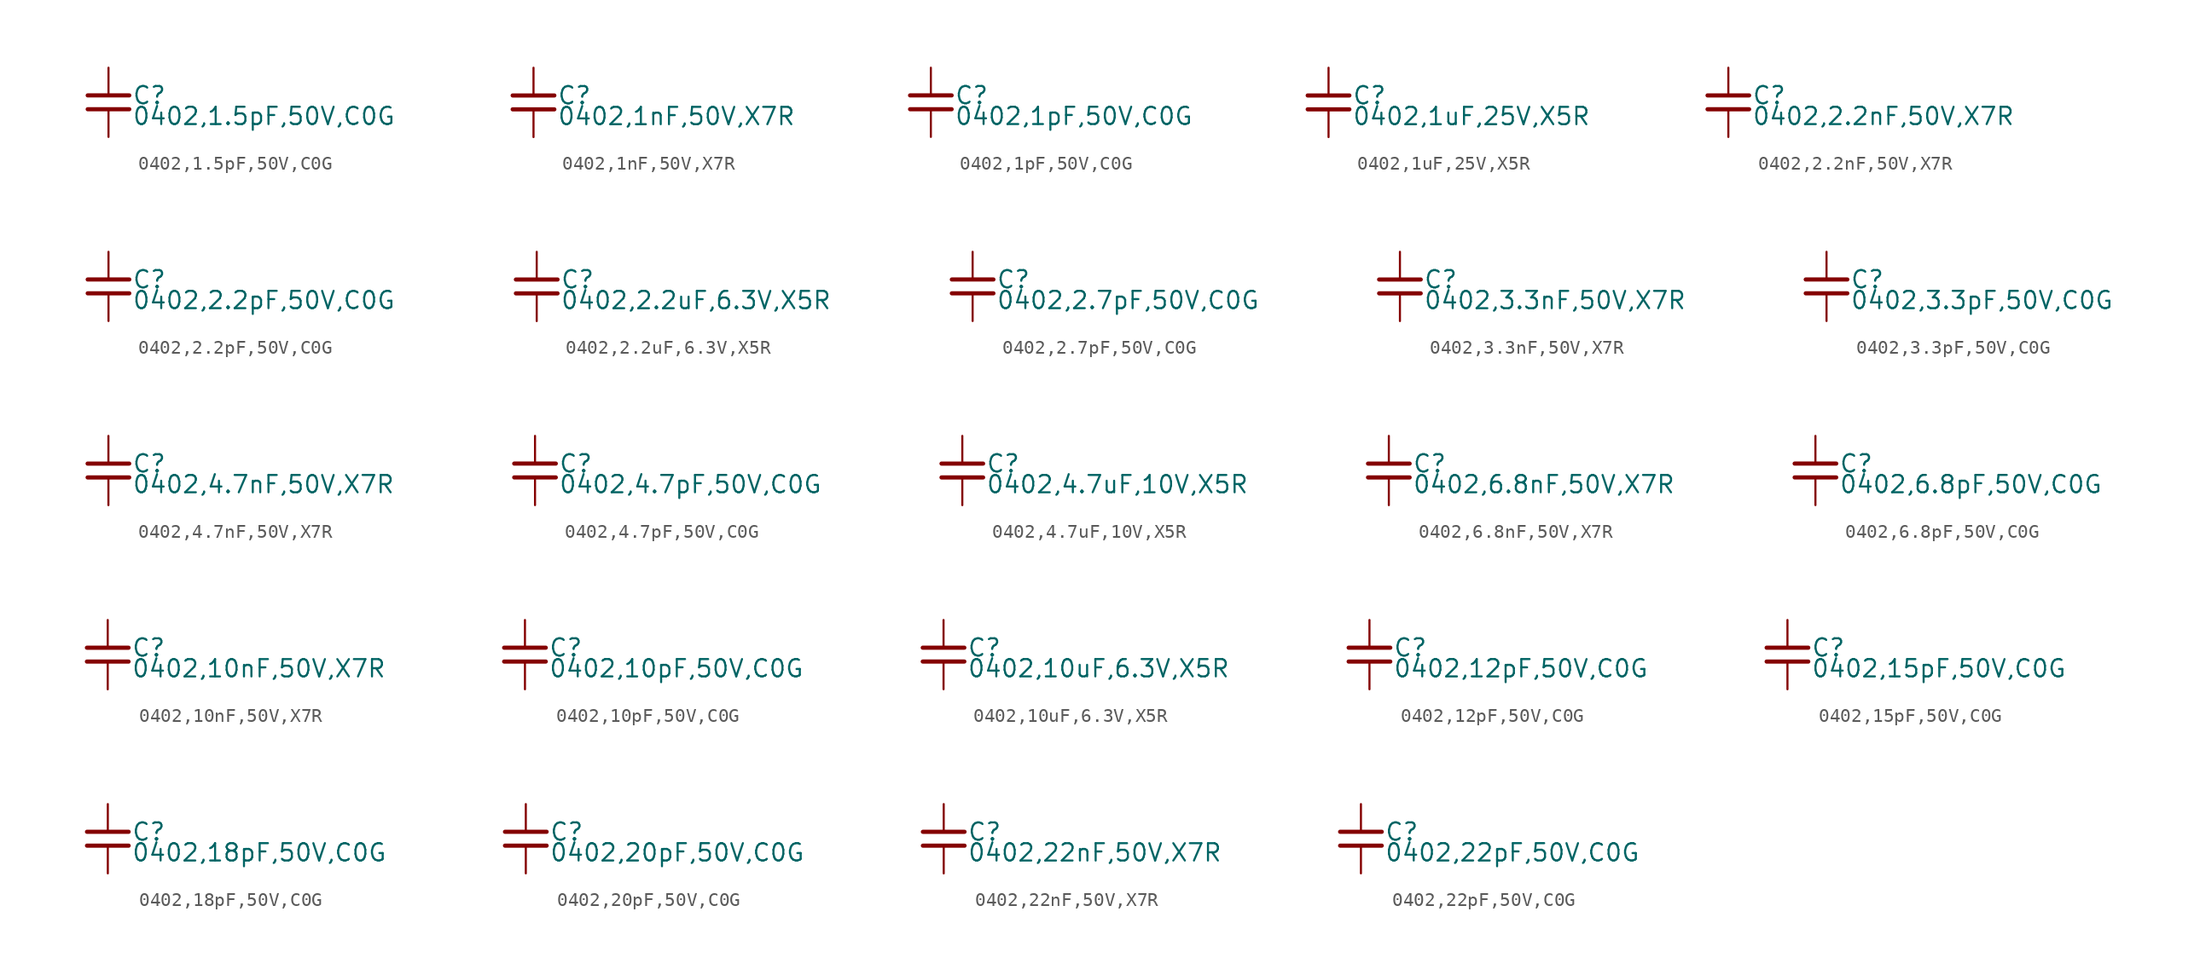
<source format=kicad_sym>
(kicad_symbol_lib
  (version 20220914)
  (generator kicad_symbol_editor)
  (symbol "0402,1.5pF,50V,C0G "
    (property "Reference" "C"
      (at 1.71 0.508 0)
      (effects (font (size 1.27 1.27)) (justify left)))
    (property "Value" "0402,1.5pF,50V,C0G "
      (at 1.71 -1.016 0)
      (effects (font (size 1.27 1.27)) (justify left)))
    (property "ki_locked" ""
      (at 0 0 0)
      (effects (font (size 1.27 1.27))))
    (symbol "0402,1.5pF,50V,C0G _0_0"
      (polyline (pts (xy -1.524 -0.508) (xy 1.524 -0.508)) (stroke (width 0.305) (type default)) (fill (type none)))
      (polyline (pts (xy -1.524 0.508) (xy 1.524 0.508)) (stroke (width 0.305) (type default)) (fill (type none)))
      (pin passive line (at 0 2.54 270) (length 2.032) (name "~" (effects (font (size 0 0)))) (number "1" (effects (font (size 0 0)))))
      (pin passive line (at 0 -2.54 90) (length 2.032) (name "~" (effects (font (size 0 0)))) (number "2" (effects (font (size 0 0)))))))
  (symbol "0402,1nF,50V,X7R "
    (property "Reference" "C"
      (at 1.71 0.508 0)
      (effects (font (size 1.27 1.27)) (justify left)))
    (property "Value" "0402,1nF,50V,X7R "
      (at 1.71 -1.016 0)
      (effects (font (size 1.27 1.27)) (justify left)))
    (property "ki_locked" ""
      (at 0 0 0)
      (effects (font (size 1.27 1.27))))
    (symbol "0402,1nF,50V,X7R _0_0"
      (polyline (pts (xy -1.524 -0.508) (xy 1.524 -0.508)) (stroke (width 0.305) (type default)) (fill (type none)))
      (polyline (pts (xy -1.524 0.508) (xy 1.524 0.508)) (stroke (width 0.305) (type default)) (fill (type none)))
      (pin passive line (at 0 2.54 270) (length 2.032) (name "~" (effects (font (size 0 0)))) (number "1" (effects (font (size 0 0)))))
      (pin passive line (at 0 -2.54 90) (length 2.032) (name "~" (effects (font (size 0 0)))) (number "2" (effects (font (size 0 0)))))))
  (symbol "0402,1pF,50V,C0G "
    (property "Reference" "C"
      (at 1.71 0.508 0)
      (effects (font (size 1.27 1.27)) (justify left)))
    (property "Value" "0402,1pF,50V,C0G "
      (at 1.71 -1.016 0)
      (effects (font (size 1.27 1.27)) (justify left)))
    (property "ki_locked" ""
      (at 0 0 0)
      (effects (font (size 1.27 1.27))))
    (symbol "0402,1pF,50V,C0G _0_0"
      (polyline (pts (xy -1.524 -0.508) (xy 1.524 -0.508)) (stroke (width 0.305) (type default)) (fill (type none)))
      (polyline (pts (xy -1.524 0.508) (xy 1.524 0.508)) (stroke (width 0.305) (type default)) (fill (type none)))
      (pin passive line (at 0 2.54 270) (length 2.032) (name "~" (effects (font (size 0 0)))) (number "1" (effects (font (size 0 0)))))
      (pin passive line (at 0 -2.54 90) (length 2.032) (name "~" (effects (font (size 0 0)))) (number "2" (effects (font (size 0 0)))))))
  (symbol "0402,1uF,25V,X5R "
    (property "Reference" "C"
      (at 1.71 0.508 0)
      (effects (font (size 1.27 1.27)) (justify left)))
    (property "Value" "0402,1uF,25V,X5R "
      (at 1.71 -1.016 0)
      (effects (font (size 1.27 1.27)) (justify left)))
    (property "ki_locked" ""
      (at 0 0 0)
      (effects (font (size 1.27 1.27))))
    (symbol "0402,1uF,25V,X5R _0_0"
      (polyline (pts (xy -1.524 -0.508) (xy 1.524 -0.508)) (stroke (width 0.305) (type default)) (fill (type none)))
      (polyline (pts (xy -1.524 0.508) (xy 1.524 0.508)) (stroke (width 0.305) (type default)) (fill (type none)))
      (pin passive line (at 0 2.54 270) (length 2.032) (name "~" (effects (font (size 0 0)))) (number "1" (effects (font (size 0 0)))))
      (pin passive line (at 0 -2.54 90) (length 2.032) (name "~" (effects (font (size 0 0)))) (number "2" (effects (font (size 0 0)))))))
  (symbol "0402,2.2nF,50V,X7R "
    (property "Reference" "C"
      (at 1.71 0.508 0)
      (effects (font (size 1.27 1.27)) (justify left)))
    (property "Value" "0402,2.2nF,50V,X7R "
      (at 1.71 -1.016 0)
      (effects (font (size 1.27 1.27)) (justify left)))
    (property "ki_locked" ""
      (at 0 0 0)
      (effects (font (size 1.27 1.27))))
    (symbol "0402,2.2nF,50V,X7R _0_0"
      (polyline (pts (xy -1.524 -0.508) (xy 1.524 -0.508)) (stroke (width 0.305) (type default)) (fill (type none)))
      (polyline (pts (xy -1.524 0.508) (xy 1.524 0.508)) (stroke (width 0.305) (type default)) (fill (type none)))
      (pin passive line (at 0 2.54 270) (length 2.032) (name "~" (effects (font (size 0 0)))) (number "1" (effects (font (size 0 0)))))
      (pin passive line (at 0 -2.54 90) (length 2.032) (name "~" (effects (font (size 0 0)))) (number "2" (effects (font (size 0 0)))))))
  (symbol "0402,2.2pF,50V,C0G "
    (property "Reference" "C"
      (at 1.71 0.508 0)
      (effects (font (size 1.27 1.27)) (justify left)))
    (property "Value" "0402,2.2pF,50V,C0G "
      (at 1.71 -1.016 0)
      (effects (font (size 1.27 1.27)) (justify left)))
    (property "ki_locked" ""
      (at 0 0 0)
      (effects (font (size 1.27 1.27))))
    (symbol "0402,2.2pF,50V,C0G _0_0"
      (polyline (pts (xy -1.524 -0.508) (xy 1.524 -0.508)) (stroke (width 0.305) (type default)) (fill (type none)))
      (polyline (pts (xy -1.524 0.508) (xy 1.524 0.508)) (stroke (width 0.305) (type default)) (fill (type none)))
      (pin passive line (at 0 2.54 270) (length 2.032) (name "~" (effects (font (size 0 0)))) (number "1" (effects (font (size 0 0)))))
      (pin passive line (at 0 -2.54 90) (length 2.032) (name "~" (effects (font (size 0 0)))) (number "2" (effects (font (size 0 0)))))))
  (symbol "0402,2.2uF,6.3V,X5R "
    (property "Reference" "C"
      (at 1.71 0.508 0)
      (effects (font (size 1.27 1.27)) (justify left)))
    (property "Value" "0402,2.2uF,6.3V,X5R "
      (at 1.71 -1.016 0)
      (effects (font (size 1.27 1.27)) (justify left)))
    (property "ki_locked" ""
      (at 0 0 0)
      (effects (font (size 1.27 1.27))))
    (symbol "0402,2.2uF,6.3V,X5R _0_0"
      (polyline (pts (xy -1.524 -0.508) (xy 1.524 -0.508)) (stroke (width 0.305) (type default)) (fill (type none)))
      (polyline (pts (xy -1.524 0.508) (xy 1.524 0.508)) (stroke (width 0.305) (type default)) (fill (type none)))
      (pin passive line (at 0 2.54 270) (length 2.032) (name "~" (effects (font (size 0 0)))) (number "1" (effects (font (size 0 0)))))
      (pin passive line (at 0 -2.54 90) (length 2.032) (name "~" (effects (font (size 0 0)))) (number "2" (effects (font (size 0 0)))))))
  (symbol "0402,2.7pF,50V,C0G "
    (property "Reference" "C"
      (at 1.71 0.508 0)
      (effects (font (size 1.27 1.27)) (justify left)))
    (property "Value" "0402,2.7pF,50V,C0G "
      (at 1.71 -1.016 0)
      (effects (font (size 1.27 1.27)) (justify left)))
    (property "ki_locked" ""
      (at 0 0 0)
      (effects (font (size 1.27 1.27))))
    (symbol "0402,2.7pF,50V,C0G _0_0"
      (polyline (pts (xy -1.524 -0.508) (xy 1.524 -0.508)) (stroke (width 0.305) (type default)) (fill (type none)))
      (polyline (pts (xy -1.524 0.508) (xy 1.524 0.508)) (stroke (width 0.305) (type default)) (fill (type none)))
      (pin passive line (at 0 2.54 270) (length 2.032) (name "~" (effects (font (size 0 0)))) (number "1" (effects (font (size 0 0)))))
      (pin passive line (at 0 -2.54 90) (length 2.032) (name "~" (effects (font (size 0 0)))) (number "2" (effects (font (size 0 0)))))))
  (symbol "0402,3.3nF,50V,X7R "
    (property "Reference" "C"
      (at 1.71 0.508 0)
      (effects (font (size 1.27 1.27)) (justify left)))
    (property "Value" "0402,3.3nF,50V,X7R "
      (at 1.71 -1.016 0)
      (effects (font (size 1.27 1.27)) (justify left)))
    (property "ki_locked" ""
      (at 0 0 0)
      (effects (font (size 1.27 1.27))))
    (symbol "0402,3.3nF,50V,X7R _0_0"
      (polyline (pts (xy -1.524 -0.508) (xy 1.524 -0.508)) (stroke (width 0.305) (type default)) (fill (type none)))
      (polyline (pts (xy -1.524 0.508) (xy 1.524 0.508)) (stroke (width 0.305) (type default)) (fill (type none)))
      (pin passive line (at 0 2.54 270) (length 2.032) (name "~" (effects (font (size 0 0)))) (number "1" (effects (font (size 0 0)))))
      (pin passive line (at 0 -2.54 90) (length 2.032) (name "~" (effects (font (size 0 0)))) (number "2" (effects (font (size 0 0)))))))
  (symbol "0402,3.3pF,50V,C0G "
    (property "Reference" "C"
      (at 1.71 0.508 0)
      (effects (font (size 1.27 1.27)) (justify left)))
    (property "Value" "0402,3.3pF,50V,C0G "
      (at 1.71 -1.016 0)
      (effects (font (size 1.27 1.27)) (justify left)))
    (property "ki_locked" ""
      (at 0 0 0)
      (effects (font (size 1.27 1.27))))
    (symbol "0402,3.3pF,50V,C0G _0_0"
      (polyline (pts (xy -1.524 -0.508) (xy 1.524 -0.508)) (stroke (width 0.305) (type default)) (fill (type none)))
      (polyline (pts (xy -1.524 0.508) (xy 1.524 0.508)) (stroke (width 0.305) (type default)) (fill (type none)))
      (pin passive line (at 0 2.54 270) (length 2.032) (name "~" (effects (font (size 0 0)))) (number "1" (effects (font (size 0 0)))))
      (pin passive line (at 0 -2.54 90) (length 2.032) (name "~" (effects (font (size 0 0)))) (number "2" (effects (font (size 0 0)))))))
  (symbol "0402,4.7nF,50V,X7R "
    (property "Reference" "C"
      (at 1.71 0.508 0)
      (effects (font (size 1.27 1.27)) (justify left)))
    (property "Value" "0402,4.7nF,50V,X7R "
      (at 1.71 -1.016 0)
      (effects (font (size 1.27 1.27)) (justify left)))
    (property "ki_locked" ""
      (at 0 0 0)
      (effects (font (size 1.27 1.27))))
    (symbol "0402,4.7nF,50V,X7R _0_0"
      (polyline (pts (xy -1.524 -0.508) (xy 1.524 -0.508)) (stroke (width 0.305) (type default)) (fill (type none)))
      (polyline (pts (xy -1.524 0.508) (xy 1.524 0.508)) (stroke (width 0.305) (type default)) (fill (type none)))
      (pin passive line (at 0 2.54 270) (length 2.032) (name "~" (effects (font (size 0 0)))) (number "1" (effects (font (size 0 0)))))
      (pin passive line (at 0 -2.54 90) (length 2.032) (name "~" (effects (font (size 0 0)))) (number "2" (effects (font (size 0 0)))))))
  (symbol "0402,4.7pF,50V,C0G "
    (property "Reference" "C"
      (at 1.71 0.508 0)
      (effects (font (size 1.27 1.27)) (justify left)))
    (property "Value" "0402,4.7pF,50V,C0G "
      (at 1.71 -1.016 0)
      (effects (font (size 1.27 1.27)) (justify left)))
    (property "ki_locked" ""
      (at 0 0 0)
      (effects (font (size 1.27 1.27))))
    (symbol "0402,4.7pF,50V,C0G _0_0"
      (polyline (pts (xy -1.524 -0.508) (xy 1.524 -0.508)) (stroke (width 0.305) (type default)) (fill (type none)))
      (polyline (pts (xy -1.524 0.508) (xy 1.524 0.508)) (stroke (width 0.305) (type default)) (fill (type none)))
      (pin passive line (at 0 2.54 270) (length 2.032) (name "~" (effects (font (size 0 0)))) (number "1" (effects (font (size 0 0)))))
      (pin passive line (at 0 -2.54 90) (length 2.032) (name "~" (effects (font (size 0 0)))) (number "2" (effects (font (size 0 0)))))))
  (symbol "0402,4.7uF,10V,X5R "
    (property "Reference" "C"
      (at 1.71 0.508 0)
      (effects (font (size 1.27 1.27)) (justify left)))
    (property "Value" "0402,4.7uF,10V,X5R "
      (at 1.71 -1.016 0)
      (effects (font (size 1.27 1.27)) (justify left)))
    (property "ki_locked" ""
      (at 0 0 0)
      (effects (font (size 1.27 1.27))))
    (symbol "0402,4.7uF,10V,X5R _0_0"
      (polyline (pts (xy -1.524 -0.508) (xy 1.524 -0.508)) (stroke (width 0.305) (type default)) (fill (type none)))
      (polyline (pts (xy -1.524 0.508) (xy 1.524 0.508)) (stroke (width 0.305) (type default)) (fill (type none)))
      (pin passive line (at 0 2.54 270) (length 2.032) (name "~" (effects (font (size 0 0)))) (number "1" (effects (font (size 0 0)))))
      (pin passive line (at 0 -2.54 90) (length 2.032) (name "~" (effects (font (size 0 0)))) (number "2" (effects (font (size 0 0)))))))
  (symbol "0402,6.8nF,50V,X7R "
    (property "Reference" "C"
      (at 1.71 0.508 0)
      (effects (font (size 1.27 1.27)) (justify left)))
    (property "Value" "0402,6.8nF,50V,X7R "
      (at 1.71 -1.016 0)
      (effects (font (size 1.27 1.27)) (justify left)))
    (property "ki_locked" ""
      (at 0 0 0)
      (effects (font (size 1.27 1.27))))
    (symbol "0402,6.8nF,50V,X7R _0_0"
      (polyline (pts (xy -1.524 -0.508) (xy 1.524 -0.508)) (stroke (width 0.305) (type default)) (fill (type none)))
      (polyline (pts (xy -1.524 0.508) (xy 1.524 0.508)) (stroke (width 0.305) (type default)) (fill (type none)))
      (pin passive line (at 0 2.54 270) (length 2.032) (name "~" (effects (font (size 0 0)))) (number "1" (effects (font (size 0 0)))))
      (pin passive line (at 0 -2.54 90) (length 2.032) (name "~" (effects (font (size 0 0)))) (number "2" (effects (font (size 0 0)))))))
  (symbol "0402,6.8pF,50V,C0G "
    (property "Reference" "C"
      (at 1.71 0.508 0)
      (effects (font (size 1.27 1.27)) (justify left)))
    (property "Value" "0402,6.8pF,50V,C0G "
      (at 1.71 -1.016 0)
      (effects (font (size 1.27 1.27)) (justify left)))
    (property "ki_locked" ""
      (at 0 0 0)
      (effects (font (size 1.27 1.27))))
    (symbol "0402,6.8pF,50V,C0G _0_0"
      (polyline (pts (xy -1.524 -0.508) (xy 1.524 -0.508)) (stroke (width 0.305) (type default)) (fill (type none)))
      (polyline (pts (xy -1.524 0.508) (xy 1.524 0.508)) (stroke (width 0.305) (type default)) (fill (type none)))
      (pin passive line (at 0 2.54 270) (length 2.032) (name "~" (effects (font (size 0 0)))) (number "1" (effects (font (size 0 0)))))
      (pin passive line (at 0 -2.54 90) (length 2.032) (name "~" (effects (font (size 0 0)))) (number "2" (effects (font (size 0 0)))))))
  (symbol "0402,10nF,50V,X7R "
    (property "Reference" "C"
      (at 1.71 0.508 0)
      (effects (font (size 1.27 1.27)) (justify left)))
    (property "Value" "0402,10nF,50V,X7R "
      (at 1.71 -1.016 0)
      (effects (font (size 1.27 1.27)) (justify left)))
    (property "ki_locked" ""
      (at 0 0 0)
      (effects (font (size 1.27 1.27))))
    (symbol "0402,10nF,50V,X7R _0_0"
      (polyline (pts (xy -1.524 -0.508) (xy 1.524 -0.508)) (stroke (width 0.305) (type default)) (fill (type none)))
      (polyline (pts (xy -1.524 0.508) (xy 1.524 0.508)) (stroke (width 0.305) (type default)) (fill (type none)))
      (pin passive line (at 0 2.54 270) (length 2.032) (name "~" (effects (font (size 0 0)))) (number "1" (effects (font (size 0 0)))))
      (pin passive line (at 0 -2.54 90) (length 2.032) (name "~" (effects (font (size 0 0)))) (number "2" (effects (font (size 0 0)))))))
  (symbol "0402,10pF,50V,C0G "
    (property "Reference" "C"
      (at 1.71 0.508 0)
      (effects (font (size 1.27 1.27)) (justify left)))
    (property "Value" "0402,10pF,50V,C0G "
      (at 1.71 -1.016 0)
      (effects (font (size 1.27 1.27)) (justify left)))
    (property "ki_locked" ""
      (at 0 0 0)
      (effects (font (size 1.27 1.27))))
    (symbol "0402,10pF,50V,C0G _0_0"
      (polyline (pts (xy -1.524 -0.508) (xy 1.524 -0.508)) (stroke (width 0.305) (type default)) (fill (type none)))
      (polyline (pts (xy -1.524 0.508) (xy 1.524 0.508)) (stroke (width 0.305) (type default)) (fill (type none)))
      (pin passive line (at 0 2.54 270) (length 2.032) (name "~" (effects (font (size 0 0)))) (number "1" (effects (font (size 0 0)))))
      (pin passive line (at 0 -2.54 90) (length 2.032) (name "~" (effects (font (size 0 0)))) (number "2" (effects (font (size 0 0)))))))
  (symbol "0402,10uF,6.3V,X5R "
    (property "Reference" "C"
      (at 1.71 0.508 0)
      (effects (font (size 1.27 1.27)) (justify left)))
    (property "Value" "0402,10uF,6.3V,X5R "
      (at 1.71 -1.016 0)
      (effects (font (size 1.27 1.27)) (justify left)))
    (property "ki_locked" ""
      (at 0 0 0)
      (effects (font (size 1.27 1.27))))
    (symbol "0402,10uF,6.3V,X5R _0_0"
      (polyline (pts (xy -1.524 -0.508) (xy 1.524 -0.508)) (stroke (width 0.305) (type default)) (fill (type none)))
      (polyline (pts (xy -1.524 0.508) (xy 1.524 0.508)) (stroke (width 0.305) (type default)) (fill (type none)))
      (pin passive line (at 0 2.54 270) (length 2.032) (name "~" (effects (font (size 0 0)))) (number "1" (effects (font (size 0 0)))))
      (pin passive line (at 0 -2.54 90) (length 2.032) (name "~" (effects (font (size 0 0)))) (number "2" (effects (font (size 0 0)))))))
  (symbol "0402,12pF,50V,C0G "
    (property "Reference" "C"
      (at 1.71 0.508 0)
      (effects (font (size 1.27 1.27)) (justify left)))
    (property "Value" "0402,12pF,50V,C0G "
      (at 1.71 -1.016 0)
      (effects (font (size 1.27 1.27)) (justify left)))
    (property "ki_locked" ""
      (at 0 0 0)
      (effects (font (size 1.27 1.27))))
    (symbol "0402,12pF,50V,C0G _0_0"
      (polyline (pts (xy -1.524 -0.508) (xy 1.524 -0.508)) (stroke (width 0.305) (type default)) (fill (type none)))
      (polyline (pts (xy -1.524 0.508) (xy 1.524 0.508)) (stroke (width 0.305) (type default)) (fill (type none)))
      (pin passive line (at 0 2.54 270) (length 2.032) (name "~" (effects (font (size 0 0)))) (number "1" (effects (font (size 0 0)))))
      (pin passive line (at 0 -2.54 90) (length 2.032) (name "~" (effects (font (size 0 0)))) (number "2" (effects (font (size 0 0)))))))
  (symbol "0402,15pF,50V,C0G "
    (property "Reference" "C"
      (at 1.71 0.508 0)
      (effects (font (size 1.27 1.27)) (justify left)))
    (property "Value" "0402,15pF,50V,C0G "
      (at 1.71 -1.016 0)
      (effects (font (size 1.27 1.27)) (justify left)))
    (property "ki_locked" ""
      (at 0 0 0)
      (effects (font (size 1.27 1.27))))
    (symbol "0402,15pF,50V,C0G _0_0"
      (polyline (pts (xy -1.524 -0.508) (xy 1.524 -0.508)) (stroke (width 0.305) (type default)) (fill (type none)))
      (polyline (pts (xy -1.524 0.508) (xy 1.524 0.508)) (stroke (width 0.305) (type default)) (fill (type none)))
      (pin passive line (at 0 2.54 270) (length 2.032) (name "~" (effects (font (size 0 0)))) (number "1" (effects (font (size 0 0)))))
      (pin passive line (at 0 -2.54 90) (length 2.032) (name "~" (effects (font (size 0 0)))) (number "2" (effects (font (size 0 0)))))))
  (symbol "0402,18pF,50V,C0G "
    (property "Reference" "C"
      (at 1.71 0.508 0)
      (effects (font (size 1.27 1.27)) (justify left)))
    (property "Value" "0402,18pF,50V,C0G "
      (at 1.71 -1.016 0)
      (effects (font (size 1.27 1.27)) (justify left)))
    (property "ki_locked" ""
      (at 0 0 0)
      (effects (font (size 1.27 1.27))))
    (symbol "0402,18pF,50V,C0G _0_0"
      (polyline (pts (xy -1.524 -0.508) (xy 1.524 -0.508)) (stroke (width 0.305) (type default)) (fill (type none)))
      (polyline (pts (xy -1.524 0.508) (xy 1.524 0.508)) (stroke (width 0.305) (type default)) (fill (type none)))
      (pin passive line (at 0 2.54 270) (length 2.032) (name "~" (effects (font (size 0 0)))) (number "1" (effects (font (size 0 0)))))
      (pin passive line (at 0 -2.54 90) (length 2.032) (name "~" (effects (font (size 0 0)))) (number "2" (effects (font (size 0 0)))))))
  (symbol "0402,20pF,50V,C0G "
    (property "Reference" "C"
      (at 1.71 0.508 0)
      (effects (font (size 1.27 1.27)) (justify left)))
    (property "Value" "0402,20pF,50V,C0G "
      (at 1.71 -1.016 0)
      (effects (font (size 1.27 1.27)) (justify left)))
    (property "ki_locked" ""
      (at 0 0 0)
      (effects (font (size 1.27 1.27))))
    (symbol "0402,20pF,50V,C0G _0_0"
      (polyline (pts (xy -1.524 -0.508) (xy 1.524 -0.508)) (stroke (width 0.305) (type default)) (fill (type none)))
      (polyline (pts (xy -1.524 0.508) (xy 1.524 0.508)) (stroke (width 0.305) (type default)) (fill (type none)))
      (pin passive line (at 0 2.54 270) (length 2.032) (name "~" (effects (font (size 0 0)))) (number "1" (effects (font (size 0 0)))))
      (pin passive line (at 0 -2.54 90) (length 2.032) (name "~" (effects (font (size 0 0)))) (number "2" (effects (font (size 0 0)))))))
  (symbol "0402,22nF,50V,X7R "
    (property "Reference" "C"
      (at 1.71 0.508 0)
      (effects (font (size 1.27 1.27)) (justify left)))
    (property "Value" "0402,22nF,50V,X7R "
      (at 1.71 -1.016 0)
      (effects (font (size 1.27 1.27)) (justify left)))
    (property "ki_locked" ""
      (at 0 0 0)
      (effects (font (size 1.27 1.27))))
    (symbol "0402,22nF,50V,X7R _0_0"
      (polyline (pts (xy -1.524 -0.508) (xy 1.524 -0.508)) (stroke (width 0.305) (type default)) (fill (type none)))
      (polyline (pts (xy -1.524 0.508) (xy 1.524 0.508)) (stroke (width 0.305) (type default)) (fill (type none)))
      (pin passive line (at 0 2.54 270) (length 2.032) (name "~" (effects (font (size 0 0)))) (number "1" (effects (font (size 0 0)))))
      (pin passive line (at 0 -2.54 90) (length 2.032) (name "~" (effects (font (size 0 0)))) (number "2" (effects (font (size 0 0)))))))
  (symbol "0402,22pF,50V,C0G "
    (property "Reference" "C"
      (at 1.71 0.508 0)
      (effects (font (size 1.27 1.27)) (justify left)))
    (property "Value" "0402,22pF,50V,C0G "
      (at 1.71 -1.016 0)
      (effects (font (size 1.27 1.27)) (justify left)))
    (property "ki_locked" ""
      (at 0 0 0)
      (effects (font (size 1.27 1.27))))
    (symbol "0402,22pF,50V,C0G _0_0"
      (polyline (pts (xy -1.524 -0.508) (xy 1.524 -0.508)) (stroke (width 0.305) (type default)) (fill (type none)))
      (polyline (pts (xy -1.524 0.508) (xy 1.524 0.508)) (stroke (width 0.305) (type default)) (fill (type none)))
      (pin passive line (at 0 2.54 270) (length 2.032) (name "~" (effects (font (size 0 0)))) (number "1" (effects (font (size 0 0)))))
      (pin passive line (at 0 -2.54 90) (length 2.032) (name "~" (effects (font (size 0 0)))) (number "2" (effects (font (size 0 0))))))))
</source>
